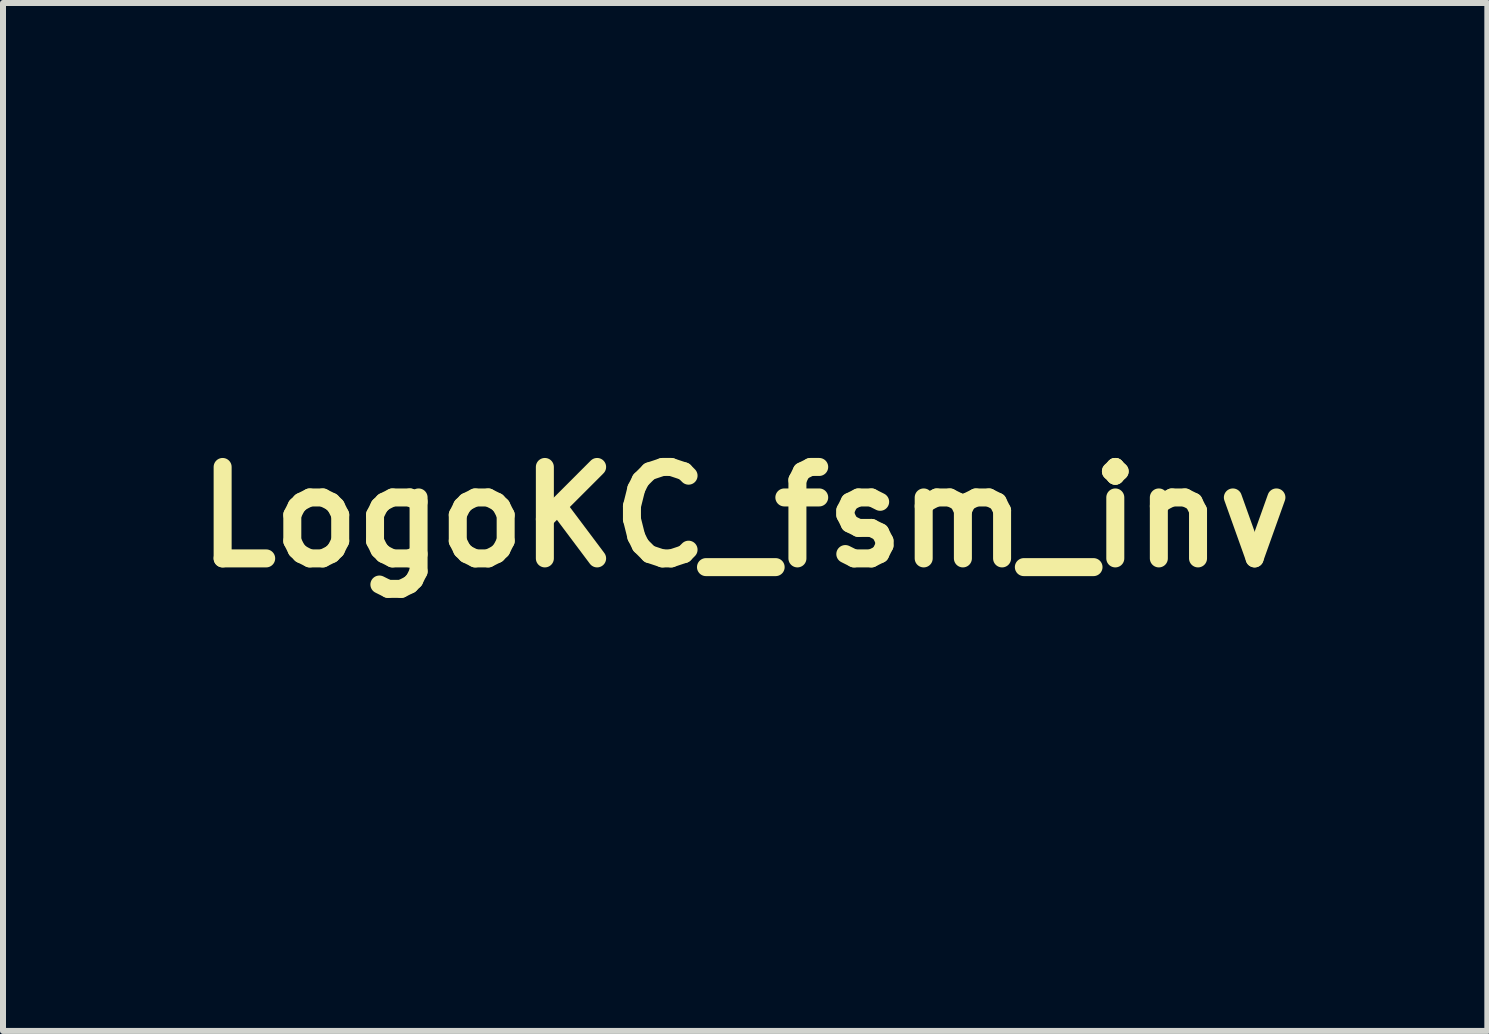
<source format=kicad_pcb>
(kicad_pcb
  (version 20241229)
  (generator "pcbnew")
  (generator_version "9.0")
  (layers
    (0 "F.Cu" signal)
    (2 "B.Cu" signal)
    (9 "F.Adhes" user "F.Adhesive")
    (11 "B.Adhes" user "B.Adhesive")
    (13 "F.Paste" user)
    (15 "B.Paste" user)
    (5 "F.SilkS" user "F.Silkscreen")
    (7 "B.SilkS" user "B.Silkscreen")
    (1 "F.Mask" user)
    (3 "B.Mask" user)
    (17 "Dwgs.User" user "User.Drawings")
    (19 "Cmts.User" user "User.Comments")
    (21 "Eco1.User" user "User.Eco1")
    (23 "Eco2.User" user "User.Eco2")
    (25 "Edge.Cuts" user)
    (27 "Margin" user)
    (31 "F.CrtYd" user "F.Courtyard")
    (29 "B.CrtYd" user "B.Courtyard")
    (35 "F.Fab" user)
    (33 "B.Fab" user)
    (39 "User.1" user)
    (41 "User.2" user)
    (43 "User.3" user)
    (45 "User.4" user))
  (footprint "LogoKC_fsm_inv"
    (layer "F.Cu")
    (at 9.369 5.567)
    (property "Reference" "LogoKC_fsm_inv" (at 0 0 0) (layer "F.SilkS") (effects (font (size 1.524 1.524) (thickness 0.3))))
    (attr board_only exclude_from_pos_files exclude_from_bom)
    (fp_poly (pts (xy 0.006 -1.491) (xy 0.022 -1.463) (xy 0.048 -1.419) (xy 0.083 -1.36) (xy 0.126 -1.286) (xy 0.176 -1.2) (xy 0.233 -1.102) (xy 0.295 -0.994) (xy 0.363 -0.877) (xy 0.435 -0.753) (xy 0.511 -0.622) (xy 0.59 -0.486) (xy 0.671 -0.346) (xy 0.753 -0.204) (xy 0.836 -0.061) (xy 0.918 0.082) (xy 1 0.224) (xy 1.08 0.362) (xy 1.158 0.497) (xy 1.233 0.627) (xy 1.304 0.75) (xy 1.37 0.865) (xy 1.431 0.971) (xy 1.486 1.066) (xy 1.534 1.149) (xy 1.574 1.22) (xy 1.606 1.276) (xy 1.621 1.302) (xy 1.658 1.367) (xy -1.658 1.367) (xy -1.621 1.302) (xy -1.596 1.257) (xy -1.561 1.196) (xy -1.518 1.122) (xy -1.468 1.035) (xy -1.412 0.936) (xy -1.349 0.828) (xy -1.281 0.71) (xy -1.209 0.585) (xy -1.134 0.454) (xy -1.055 0.318) (xy -0.974 0.178) (xy -0.892 0.036) (xy -0.809 -0.107) (xy -0.727 -0.25) (xy -0.645 -0.391) (xy -0.565 -0.529) (xy -0.487 -0.664) (xy -0.412 -0.793) (xy -0.341 -0.915) (xy -0.275 -1.029) (xy -0.214 -1.134) (xy -0.159 -1.228) (xy -0.111 -1.311) (xy -0.071 -1.38) (xy -0.039 -1.435) (xy -0.016 -1.474) (xy -0.003 -1.495) (xy 0 -1.5)) (stroke (width 0) (type solid)) (fill yes) (layer "F.Mask"))
    (fp_poly (pts (xy 0.309 -3.599) (xy 0.301 -3.586) (xy 0.283 -3.554) (xy 0.254 -3.506) (xy 0.217 -3.441) (xy 0.17 -3.361) (xy 0.116 -3.267) (xy 0.054 -3.159) (xy -0.016 -3.039) (xy -0.091 -2.908) (xy -0.173 -2.766) (xy -0.261 -2.615) (xy -0.353 -2.456) (xy -0.449 -2.288) (xy -0.55 -2.115) (xy -0.653 -1.935) (xy -0.759 -1.751) (xy -0.868 -1.564) (xy -0.978 -1.373) (xy -1.089 -1.181) (xy -1.2 -0.988) (xy -1.311 -0.795) (xy -1.422 -0.603) (xy -1.531 -0.414) (xy -1.639 -0.227) (xy -1.744 -0.044) (xy -1.847 0.133) (xy -1.946 0.305) (xy -2.041 0.47) (xy -2.131 0.627) (xy -2.216 0.775) (xy -2.296 0.914) (xy -2.37 1.041) (xy -2.436 1.157) (xy -2.496 1.261) (xy -2.547 1.35) (xy -2.591 1.425) (xy -2.625 1.485) (xy -2.649 1.528) (xy -2.664 1.554) (xy -2.668 1.561) (xy -2.657 1.562) (xy -2.625 1.562) (xy -2.573 1.563) (xy -2.501 1.563) (xy -2.412 1.564) (xy -2.306 1.564) (xy -2.183 1.565) (xy -2.046 1.565) (xy -1.895 1.566) (xy -1.732 1.566) (xy -1.556 1.567) (xy -1.37 1.567) (xy -1.175 1.567) (xy -0.971 1.567) (xy -0.759 1.567) (xy -0.541 1.567) (xy -0.446 1.567) (xy 1.775 1.567) (xy 1.91 1.801) (xy 2.044 2.034) (xy -0.83 2.034) (xy -1.111 2.034) (xy -1.382 2.034) (xy -1.642 2.034) (xy -1.889 2.034) (xy -2.124 2.033) (xy -2.345 2.033) (xy -2.552 2.032) (xy -2.744 2.032) (xy -2.921 2.031) (xy -3.081 2.031) (xy -3.225 2.03) (xy -3.351 2.029) (xy -3.459 2.029) (xy -3.547 2.028) (xy -3.616 2.027) (xy -3.665 2.026) (xy -3.693 2.025) (xy -3.7 2.024) (xy -3.694 2.014) (xy -3.677 1.985) (xy -3.651 1.938) (xy -3.614 1.875) (xy -3.568 1.795) (xy -3.513 1.7) (xy -3.45 1.59) (xy -3.379 1.466) (xy -3.3 1.329) (xy -3.213 1.179) (xy -3.12 1.018) (xy -3.021 0.846) (xy -2.916 0.664) (xy -2.805 0.472) (xy -2.69 0.272) (xy -2.569 0.063) (xy -2.445 -0.152) (xy -2.317 -0.374) (xy -2.186 -0.602) (xy -2.068 -0.805) (xy -0.44 -3.624) (xy 0.325 -3.624)) (stroke (width 0) (type solid)) (fill yes) (layer "F.Mask"))
    (fp_poly (pts (xy 0.344 -2.066) (xy 0.361 -2.038) (xy 0.387 -1.992) (xy 0.424 -1.931) (xy 0.468 -1.855) (xy 0.521 -1.765) (xy 0.581 -1.661) (xy 0.648 -1.546) (xy 0.721 -1.421) (xy 0.8 -1.285) (xy 0.884 -1.141) (xy 0.972 -0.989) (xy 1.064 -0.83) (xy 1.158 -0.666) (xy 1.18 -0.628) (xy 1.29 -0.438) (xy 1.405 -0.238) (xy 1.525 -0.031) (xy 1.648 0.182) (xy 1.772 0.397) (xy 1.897 0.613) (xy 2.02 0.826) (xy 2.14 1.035) (xy 2.257 1.237) (xy 2.368 1.429) (xy 2.472 1.61) (xy 2.568 1.775) (xy 2.651 1.92) (xy 3.288 3.024) (xy -3.398 3.024) (xy -3.561 2.637) (xy -3.598 2.55) (xy -3.632 2.47) (xy -3.662 2.398) (xy -3.687 2.337) (xy -3.706 2.289) (xy -3.719 2.257) (xy -3.724 2.243) (xy -3.724 2.243) (xy -3.713 2.242) (xy -3.681 2.241) (xy -3.628 2.241) (xy -3.556 2.24) (xy -3.465 2.239) (xy -3.356 2.239) (xy -3.231 2.238) (xy -3.089 2.238) (xy -2.933 2.237) (xy -2.762 2.237) (xy -2.578 2.236) (xy -2.382 2.236) (xy -2.174 2.235) (xy -1.956 2.235) (xy -1.728 2.235) (xy -1.491 2.235) (xy -1.247 2.234) (xy -0.995 2.234) (xy -0.738 2.234) (xy -0.671 2.234) (xy -0.358 2.234) (xy -0.066 2.234) (xy 0.204 2.234) (xy 0.455 2.234) (xy 0.687 2.234) (xy 0.9 2.234) (xy 1.095 2.234) (xy 1.273 2.233) (xy 1.434 2.233) (xy 1.58 2.232) (xy 1.71 2.232) (xy 1.827 2.232) (xy 1.93 2.231) (xy 2.02 2.23) (xy 2.098 2.23) (xy 2.165 2.229) (xy 2.221 2.228) (xy 2.267 2.227) (xy 2.304 2.226) (xy 2.332 2.225) (xy 2.353 2.223) (xy 2.366 2.222) (xy 2.374 2.221) (xy 2.375 2.219) (xy 2.369 2.208) (xy 2.353 2.179) (xy 2.326 2.132) (xy 2.29 2.069) (xy 2.244 1.99) (xy 2.191 1.896) (xy 2.129 1.789) (xy 2.06 1.669) (xy 1.984 1.537) (xy 1.901 1.393) (xy 1.813 1.24) (xy 1.719 1.078) (xy 1.621 0.907) (xy 1.518 0.729) (xy 1.411 0.545) (xy 1.302 0.354) (xy 1.242 0.25) (xy 0.114 -1.703) (xy 0.221 -1.891) (xy 0.254 -1.948) (xy 0.284 -1.999) (xy 0.309 -2.038) (xy 0.327 -2.065) (xy 0.337 -2.075) (xy 0.337 -2.075)) (stroke (width 0) (type solid)) (fill yes) (layer "F.Mask"))
    (fp_poly (pts (xy 0.507 -3.506) (xy 0.523 -3.477) (xy 0.551 -3.431) (xy 0.587 -3.367) (xy 0.634 -3.288) (xy 0.689 -3.193) (xy 0.752 -3.083) (xy 0.824 -2.959) (xy 0.903 -2.823) (xy 0.989 -2.674) (xy 1.082 -2.513) (xy 1.181 -2.342) (xy 1.286 -2.16) (xy 1.396 -1.969) (xy 1.511 -1.77) (xy 1.631 -1.563) (xy 1.754 -1.349) (xy 1.881 -1.129) (xy 2.012 -0.903) (xy 2.09 -0.767) (xy 2.223 -0.538) (xy 2.352 -0.313) (xy 2.479 -0.093) (xy 2.602 0.121) (xy 2.722 0.327) (xy 2.837 0.526) (xy 2.947 0.717) (xy 3.051 0.898) (xy 3.15 1.069) (xy 3.242 1.23) (xy 3.328 1.378) (xy 3.407 1.514) (xy 3.478 1.637) (xy 3.541 1.746) (xy 3.595 1.84) (xy 3.64 1.919) (xy 3.676 1.98) (xy 3.702 2.025) (xy 3.717 2.052) (xy 3.721 2.058) (xy 3.77 2.144) (xy 3.625 2.486) (xy 3.59 2.57) (xy 3.557 2.648) (xy 3.527 2.719) (xy 3.502 2.779) (xy 3.482 2.825) (xy 3.469 2.856) (xy 3.465 2.866) (xy 3.453 2.889) (xy 3.443 2.893) (xy 3.439 2.888) (xy 3.432 2.877) (xy 3.415 2.848) (xy 3.388 2.801) (xy 3.351 2.737) (xy 3.304 2.657) (xy 3.249 2.562) (xy 3.186 2.452) (xy 3.114 2.328) (xy 3.035 2.192) (xy 2.949 2.043) (xy 2.856 1.882) (xy 2.757 1.711) (xy 2.653 1.53) (xy 2.543 1.34) (xy 2.428 1.141) (xy 2.309 0.935) (xy 2.186 0.722) (xy 2.06 0.503) (xy 1.93 0.279) (xy 1.883 0.197) (xy 1.72 -0.086) (xy 1.568 -0.35) (xy 1.426 -0.596) (xy 1.294 -0.824) (xy 1.172 -1.034) (xy 1.059 -1.228) (xy 0.956 -1.406) (xy 0.862 -1.568) (xy 0.777 -1.714) (xy 0.7 -1.846) (xy 0.632 -1.964) (xy 0.571 -2.067) (xy 0.517 -2.158) (xy 0.471 -2.236) (xy 0.432 -2.301) (xy 0.4 -2.355) (xy 0.374 -2.397) (xy 0.354 -2.428) (xy 0.34 -2.45) (xy 0.331 -2.461) (xy 0.328 -2.463) (xy 0.321 -2.452) (xy 0.304 -2.423) (xy 0.277 -2.376) (xy 0.24 -2.313) (xy 0.194 -2.234) (xy 0.14 -2.141) (xy 0.078 -2.034) (xy 0.009 -1.914) (xy -0.068 -1.782) (xy -0.15 -1.639) (xy -0.238 -1.486) (xy -0.332 -1.325) (xy -0.43 -1.155) (xy -0.532 -0.978) (xy -0.638 -0.794) (xy -0.747 -0.605) (xy -0.784 -0.541) (xy -1.884 1.366) (xy -2.105 1.367) (xy -2.181 1.367) (xy -2.237 1.366) (xy -2.276 1.365) (xy -2.301 1.363) (xy -2.315 1.359) (xy -2.32 1.355) (xy -2.319 1.35) (xy -2.312 1.337) (xy -2.294 1.305) (xy -2.267 1.256) (xy -2.23 1.192) (xy -2.185 1.112) (xy -2.131 1.018) (xy -2.069 0.911) (xy -2.001 0.792) (xy -1.926 0.662) (xy -1.845 0.521) (xy -1.759 0.372) (xy -1.668 0.214) (xy -1.573 0.05) (xy -1.474 -0.121) (xy -1.372 -0.297) (xy -1.268 -0.478) (xy -1.162 -0.661) (xy -1.054 -0.847) (xy -0.946 -1.034) (xy -0.837 -1.221) (xy -0.729 -1.408) (xy -0.622 -1.593) (xy -0.516 -1.775) (xy -0.413 -1.953) (xy -0.312 -2.127) (xy -0.214 -2.295) (xy -0.12 -2.456) (xy -0.031 -2.61) (xy 0.053 -2.755) (xy 0.132 -2.891) (xy 0.205 -3.016) (xy 0.272 -3.129) (xy 0.331 -3.23) (xy 0.382 -3.317) (xy 0.424 -3.39) (xy 0.458 -3.447) (xy 0.483 -3.488) (xy 0.497 -3.511) (xy 0.5 -3.516)) (stroke (width 0) (type solid)) (fill yes) (layer "F.Mask"))
    (fp_poly (pts (xy 0.046 -5.567) (xy 0.167 -5.564) (xy 0.285 -5.561) (xy 0.395 -5.555) (xy 0.493 -5.549) (xy 0.572 -5.541) (xy 0.919 -5.49) (xy 1.257 -5.418) (xy 1.588 -5.325) (xy 1.91 -5.212) (xy 2.225 -5.077) (xy 2.53 -4.923) (xy 2.827 -4.748) (xy 3.116 -4.552) (xy 3.395 -4.337) (xy 3.424 -4.312) (xy 3.492 -4.254) (xy 3.57 -4.182) (xy 3.655 -4.102) (xy 3.742 -4.017) (xy 3.828 -3.93) (xy 3.909 -3.847) (xy 3.981 -3.77) (xy 4.037 -3.707) (xy 4.258 -3.431) (xy 4.462 -3.143) (xy 4.647 -2.844) (xy 4.812 -2.535) (xy 4.959 -2.216) (xy 5.085 -1.889) (xy 5.19 -1.556) (xy 5.274 -1.217) (xy 5.308 -1.047) (xy 5.339 -0.866) (xy 5.365 -0.681) (xy 5.382 -0.534) (xy 5.387 -0.475) (xy 5.391 -0.399) (xy 5.393 -0.307) (xy 5.395 -0.205) (xy 5.397 -0.096) (xy 5.397 0.016) (xy 5.396 0.128) (xy 5.395 0.235) (xy 5.393 0.335) (xy 5.39 0.422) (xy 5.386 0.494) (xy 5.382 0.534) (xy 5.338 0.873) (xy 5.278 1.199) (xy 5.202 1.514) (xy 5.108 1.821) (xy 4.996 2.122) (xy 4.866 2.421) (xy 4.819 2.518) (xy 4.663 2.815) (xy 4.495 3.095) (xy 4.312 3.36) (xy 4.114 3.614) (xy 3.897 3.858) (xy 3.763 3.997) (xy 3.59 4.164) (xy 3.419 4.316) (xy 3.246 4.456) (xy 3.064 4.59) (xy 2.924 4.685) (xy 2.627 4.868) (xy 2.324 5.03) (xy 2.013 5.17) (xy 1.694 5.291) (xy 1.366 5.39) (xy 1.031 5.469) (xy 0.687 5.527) (xy 0.572 5.542) (xy 0.512 5.547) (xy 0.433 5.552) (xy 0.34 5.557) (xy 0.237 5.56) (xy 0.128 5.563) (xy 0.018 5.564) (xy -0.09 5.565) (xy -0.192 5.565) (xy -0.283 5.563) (xy -0.359 5.561) (xy -0.411 5.557) (xy -0.747 5.518) (xy -1.078 5.459) (xy -1.401 5.38) (xy -1.639 5.309) (xy -1.767 5.265) (xy -1.885 5.222) (xy -1.998 5.177) (xy -2.113 5.127) (xy -2.237 5.07) (xy -2.307 5.036) (xy -2.611 4.877) (xy -2.902 4.699) (xy -3.182 4.503) (xy -3.447 4.291) (xy -3.699 4.063) (xy -3.935 3.819) (xy -4.157 3.561) (xy -4.363 3.289) (xy -4.552 3.004) (xy -4.724 2.706) (xy -4.879 2.397) (xy -4.993 2.13) (xy -3.99 2.13) (xy -3.76 2.677) (xy -3.529 3.223) (xy 3.529 3.223) (xy 3.99 2.13) (xy 2.324 -0.755) (xy 2.188 -0.991) (xy 2.054 -1.222) (xy 1.924 -1.448) (xy 1.797 -1.667) (xy 1.674 -1.88) (xy 1.556 -2.086) (xy 1.442 -2.283) (xy 1.333 -2.471) (xy 1.23 -2.649) (xy 1.134 -2.816) (xy 1.044 -2.972) (xy 0.961 -3.116) (xy 0.885 -3.246) (xy 0.817 -3.363) (xy 0.758 -3.466) (xy 0.708 -3.553) (xy 0.667 -3.623) (xy 0.636 -3.677) (xy 0.615 -3.714) (xy 0.604 -3.732) (xy 0.604 -3.732) (xy 0.55 -3.823) (xy -0.001 -3.824) (xy -0.552 -3.824) (xy -2.271 -0.847) (xy -3.99 2.13) (xy -4.993 2.13) (xy -5.016 2.077) (xy -5.133 1.746) (xy -5.192 1.552) (xy -5.245 1.346) (xy -5.293 1.124) (xy -5.334 0.893) (xy -5.368 0.66) (xy -5.382 0.534) (xy -5.387 0.475) (xy -5.391 0.399) (xy -5.393 0.308) (xy -5.395 0.206) (xy -5.397 0.097) (xy -5.397 -0.016) (xy -5.396 -0.128) (xy -5.395 -0.235) (xy -5.393 -0.335) (xy -5.39 -0.422) (xy -5.386 -0.494) (xy -5.382 -0.534) (xy -5.338 -0.872) (xy -5.279 -1.197) (xy -5.203 -1.511) (xy -5.109 -1.818) (xy -4.998 -2.12) (xy -4.867 -2.42) (xy -4.831 -2.496) (xy -4.667 -2.809) (xy -4.485 -3.109) (xy -4.287 -3.395) (xy -4.071 -3.666) (xy -3.838 -3.924) (xy -3.587 -4.167) (xy -3.32 -4.397) (xy -3.308 -4.406) (xy -3.085 -4.576) (xy -2.857 -4.731) (xy -2.618 -4.873) (xy -2.364 -5.008) (xy -2.295 -5.042) (xy -1.989 -5.179) (xy -1.68 -5.295) (xy -1.366 -5.391) (xy -1.046 -5.466) (xy -0.718 -5.522) (xy -0.38 -5.558) (xy -0.367 -5.559) (xy -0.284 -5.563) (xy -0.184 -5.566) (xy -0.073 -5.567)) (stroke (width 0) (type solid)) (fill yes) (layer "F.Mask")))
  (gr_rect
    (start -3 -3)
    (end 21.738 14.132)
    (stroke (width 0.1) (type default))
    (fill no)
    (layer "Edge.Cuts")))
</source>
